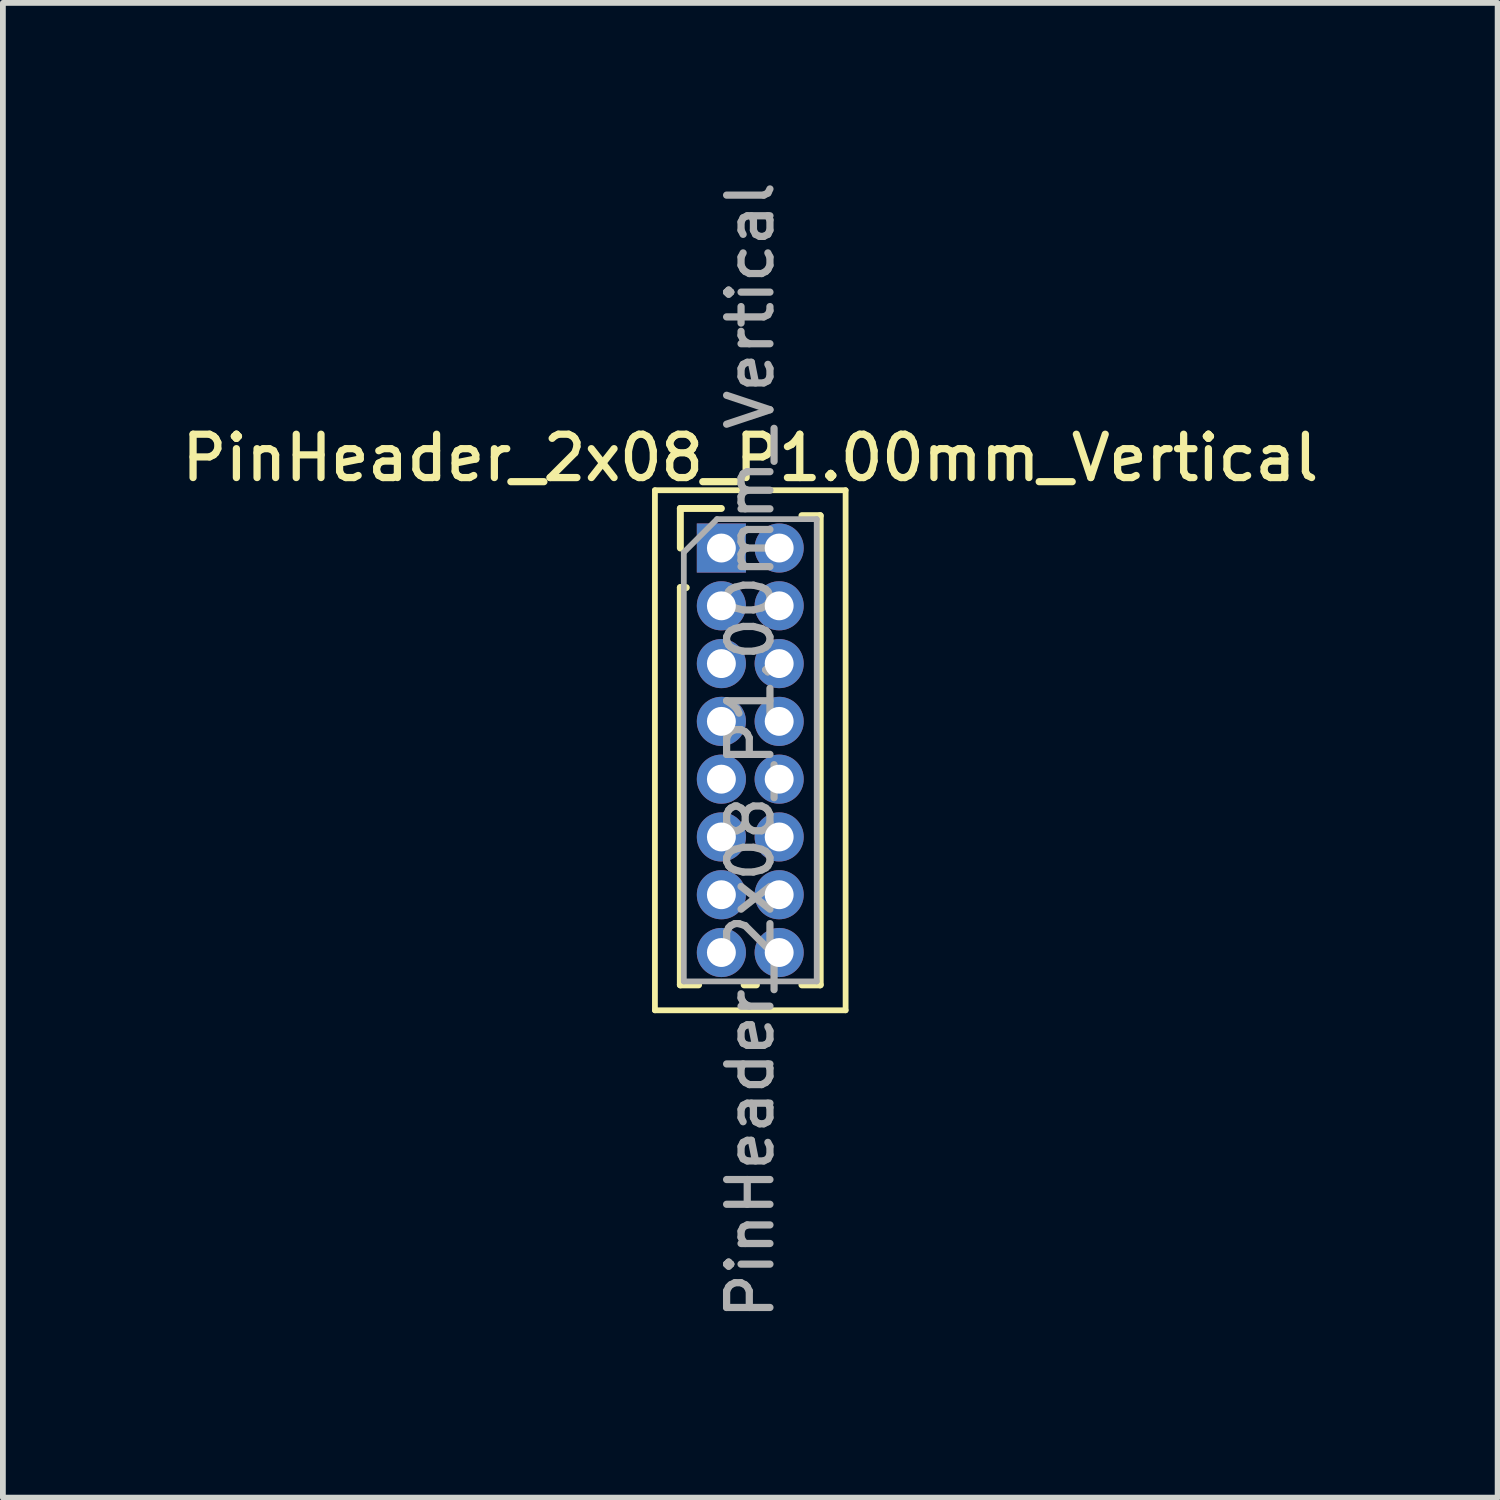
<source format=kicad_pcb>
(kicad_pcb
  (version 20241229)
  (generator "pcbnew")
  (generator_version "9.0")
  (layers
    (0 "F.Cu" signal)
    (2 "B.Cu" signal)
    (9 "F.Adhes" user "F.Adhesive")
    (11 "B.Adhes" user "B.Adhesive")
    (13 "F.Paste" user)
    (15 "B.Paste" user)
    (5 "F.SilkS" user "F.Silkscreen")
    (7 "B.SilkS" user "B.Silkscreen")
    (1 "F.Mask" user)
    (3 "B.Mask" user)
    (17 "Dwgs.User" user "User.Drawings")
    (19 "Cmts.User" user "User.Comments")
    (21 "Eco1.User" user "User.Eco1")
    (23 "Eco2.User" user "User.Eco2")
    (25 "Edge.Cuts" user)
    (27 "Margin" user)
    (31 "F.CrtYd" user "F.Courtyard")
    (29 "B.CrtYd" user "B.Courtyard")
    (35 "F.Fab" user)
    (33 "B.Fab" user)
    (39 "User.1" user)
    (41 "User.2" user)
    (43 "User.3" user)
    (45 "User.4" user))
  (footprint "PinHeader_2x08_P1.00mm_Vertical"
    (layer "F.Cu")
    (at 9.434 6.434)
    (property "Reference" "PinHeader_2x08_P1.00mm_Vertical" (at 0.5 -1.56 0) (layer "F.SilkS") (effects (font (size 0.75 0.75) (thickness 0.125))))
    (attr through_hole)
    (fp_line (start -1.15 -1) (end -1.15 8) (stroke (width 0.1) (type solid)) (layer "F.SilkS"))
    (fp_line (start -1.15 8) (end 2.15 8) (stroke (width 0.1) (type solid)) (layer "F.SilkS"))
    (fp_line (start -0.71 -0.685) (end 0 -0.685) (stroke (width 0.12) (type solid)) (layer "F.SilkS"))
    (fp_line (start -0.71 0) (end -0.71 -0.685) (stroke (width 0.12) (type solid)) (layer "F.SilkS"))
    (fp_line (start -0.71 0.685) (end -0.71 7.56) (stroke (width 0.12) (type solid)) (layer "F.SilkS"))
    (fp_line (start -0.71 0.685) (end -0.608 0.685) (stroke (width 0.12) (type solid)) (layer "F.SilkS"))
    (fp_line (start -0.71 7.56) (end -0.394 7.56) (stroke (width 0.12) (type solid)) (layer "F.SilkS"))
    (fp_line (start 0.394 7.56) (end 0.606 7.56) (stroke (width 0.12) (type solid)) (layer "F.SilkS"))
    (fp_line (start 1.394 -0.56) (end 1.71 -0.56) (stroke (width 0.12) (type solid)) (layer "F.SilkS"))
    (fp_line (start 1.394 7.56) (end 1.71 7.56) (stroke (width 0.12) (type solid)) (layer "F.SilkS"))
    (fp_line (start 1.71 -0.56) (end 1.71 7.56) (stroke (width 0.12) (type solid)) (layer "F.SilkS"))
    (fp_line (start 2.15 -1) (end -1.15 -1) (stroke (width 0.1) (type solid)) (layer "F.SilkS"))
    (fp_line (start 2.15 8) (end 2.15 -1) (stroke (width 0.1) (type solid)) (layer "F.SilkS"))
    (fp_line (start -0.65 0.075) (end -0.075 -0.5) (stroke (width 0.1) (type solid)) (layer "F.Fab"))
    (fp_line (start -0.65 7.5) (end -0.65 0.075) (stroke (width 0.1) (type solid)) (layer "F.Fab"))
    (fp_line (start -0.075 -0.5) (end 1.65 -0.5) (stroke (width 0.1) (type solid)) (layer "F.Fab"))
    (fp_line (start 1.65 -0.5) (end 1.65 7.5) (stroke (width 0.1) (type solid)) (layer "F.Fab"))
    (fp_line (start 1.65 7.5) (end -0.65 7.5) (stroke (width 0.1) (type solid)) (layer "F.Fab"))
    (fp_text user "${REFERENCE}" (at 0.5 3.5 90) (layer "F.Fab") (effects (font (size 0.75 0.75) (thickness 0.125))))
    (pad "1" thru_hole rect (at 0 0) (size 0.85 0.85) (drill 0.5) (layers "*.Cu" "*.Mask"))
    (pad "2" thru_hole oval (at 1 0) (size 0.85 0.85) (drill 0.5) (layers "*.Cu" "*.Mask"))
    (pad "3" thru_hole oval (at 0 1) (size 0.85 0.85) (drill 0.5) (layers "*.Cu" "*.Mask"))
    (pad "4" thru_hole oval (at 1 1) (size 0.85 0.85) (drill 0.5) (layers "*.Cu" "*.Mask"))
    (pad "5" thru_hole oval (at 0 2) (size 0.85 0.85) (drill 0.5) (layers "*.Cu" "*.Mask"))
    (pad "6" thru_hole oval (at 1 2) (size 0.85 0.85) (drill 0.5) (layers "*.Cu" "*.Mask"))
    (pad "7" thru_hole oval (at 0 3) (size 0.85 0.85) (drill 0.5) (layers "*.Cu" "*.Mask"))
    (pad "8" thru_hole oval (at 1 3) (size 0.85 0.85) (drill 0.5) (layers "*.Cu" "*.Mask"))
    (pad "9" thru_hole oval (at 0 4) (size 0.85 0.85) (drill 0.5) (layers "*.Cu" "*.Mask"))
    (pad "10" thru_hole oval (at 1 4) (size 0.85 0.85) (drill 0.5) (layers "*.Cu" "*.Mask"))
    (pad "11" thru_hole oval (at 0 5) (size 0.85 0.85) (drill 0.5) (layers "*.Cu" "*.Mask"))
    (pad "12" thru_hole oval (at 1 5) (size 0.85 0.85) (drill 0.5) (layers "*.Cu" "*.Mask"))
    (pad "13" thru_hole oval (at 0 6) (size 0.85 0.85) (drill 0.5) (layers "*.Cu" "*.Mask"))
    (pad "14" thru_hole oval (at 1 6) (size 0.85 0.85) (drill 0.5) (layers "*.Cu" "*.Mask"))
    (pad "15" thru_hole oval (at 0 7) (size 0.85 0.85) (drill 0.5) (layers "*.Cu" "*.Mask"))
    (pad "16" thru_hole oval (at 1 7) (size 0.85 0.85) (drill 0.5) (layers "*.Cu" "*.Mask")))
  (gr_rect
    (start -3 -3)
    (end 22.868 22.868)
    (stroke (width 0.1) (type default))
    (fill no)
    (layer "Edge.Cuts")))
</source>
